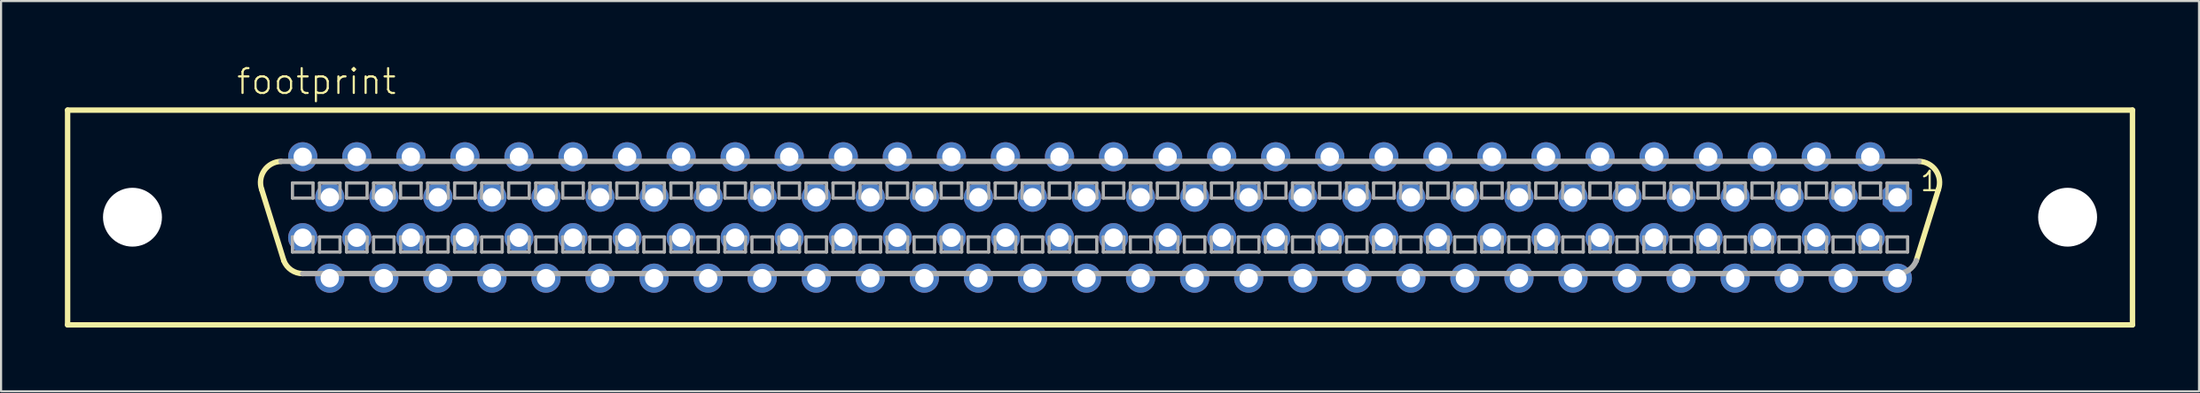
<source format=kicad_pcb>
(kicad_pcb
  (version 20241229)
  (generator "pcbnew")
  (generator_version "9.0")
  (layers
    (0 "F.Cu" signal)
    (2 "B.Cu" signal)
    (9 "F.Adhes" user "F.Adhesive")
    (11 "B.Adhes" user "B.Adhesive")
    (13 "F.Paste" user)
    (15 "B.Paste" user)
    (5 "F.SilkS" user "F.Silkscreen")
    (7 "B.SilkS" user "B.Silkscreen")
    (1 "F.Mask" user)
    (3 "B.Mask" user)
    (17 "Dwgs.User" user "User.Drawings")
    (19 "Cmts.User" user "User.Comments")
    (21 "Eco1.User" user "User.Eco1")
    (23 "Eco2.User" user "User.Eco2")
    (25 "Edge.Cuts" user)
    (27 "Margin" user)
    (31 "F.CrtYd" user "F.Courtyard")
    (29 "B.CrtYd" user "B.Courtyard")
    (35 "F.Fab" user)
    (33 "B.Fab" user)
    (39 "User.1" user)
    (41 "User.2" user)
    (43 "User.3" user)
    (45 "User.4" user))
  (footprint "footprint"
    (layer "F.Cu")
    (at 48.641 7.188)
    (property "Reference" "footprint" (at -40.64 -5.715 0) (layer "F.SilkS") (effects (font (size 1.168 1.168) (thickness 0.102)) (justify left bottom)))
    (fp_line (start -48.514 -5.055) (end 48.514 -5.055) (stroke (width 0.254) (type solid)) (layer "F.SilkS"))
    (fp_line (start -48.514 5.055) (end -48.514 -5.055) (stroke (width 0.254) (type solid)) (layer "F.SilkS"))
    (fp_line (start -38.354 2.032) (end -39.395 -1.321) (stroke (width 0.254) (type solid)) (layer "F.SilkS"))
    (fp_line (start 38.354 2.032) (end 39.395 -1.321) (stroke (width 0.254) (type solid)) (layer "F.SilkS"))
    (fp_line (start 48.514 -5.055) (end 48.514 5.055) (stroke (width 0.254) (type solid)) (layer "F.SilkS"))
    (fp_line (start 48.514 5.055) (end -48.514 5.055) (stroke (width 0.254) (type solid)) (layer "F.SilkS"))
    (fp_arc (start -39.3954 -1.3208) (mid -39.273542 -2.213361) (end -38.480998 -2.641601) (stroke (width 0.254) (type solid)) (layer "F.SilkS"))
    (fp_arc (start -37.464999 2.641601) (mid -38.004028 2.474655) (end -38.354 2.032) (stroke (width 0.254) (type solid)) (layer "F.SilkS"))
    (fp_arc (start 38.481 -2.6416) (mid 39.273543 -2.21336) (end 39.395399 -1.320799) (stroke (width 0.254) (type solid)) (layer "F.SilkS"))
    (fp_line (start -37.948 -1.626) (end -37.948 -0.914) (stroke (width 0.152) (type solid)) (layer "F.Fab"))
    (fp_line (start -37.948 -0.914) (end -36.982 -0.914) (stroke (width 0.152) (type solid)) (layer "F.Fab"))
    (fp_line (start -37.948 0.914) (end -37.948 1.626) (stroke (width 0.152) (type solid)) (layer "F.Fab"))
    (fp_line (start -37.948 1.626) (end -36.982 1.626) (stroke (width 0.152) (type solid)) (layer "F.Fab"))
    (fp_line (start -36.982 -1.626) (end -37.948 -1.626) (stroke (width 0.152) (type solid)) (layer "F.Fab"))
    (fp_line (start -36.982 -0.914) (end -36.982 -1.626) (stroke (width 0.152) (type solid)) (layer "F.Fab"))
    (fp_line (start -36.982 0.914) (end -37.948 0.914) (stroke (width 0.152) (type solid)) (layer "F.Fab"))
    (fp_line (start -36.982 1.626) (end -36.982 0.914) (stroke (width 0.152) (type solid)) (layer "F.Fab"))
    (fp_line (start -36.678 -1.626) (end -36.678 -0.914) (stroke (width 0.152) (type solid)) (layer "F.Fab"))
    (fp_line (start -36.678 -0.914) (end -35.712 -0.914) (stroke (width 0.152) (type solid)) (layer "F.Fab"))
    (fp_line (start -36.678 0.914) (end -36.678 1.626) (stroke (width 0.152) (type solid)) (layer "F.Fab"))
    (fp_line (start -36.678 1.626) (end -35.712 1.626) (stroke (width 0.152) (type solid)) (layer "F.Fab"))
    (fp_line (start -35.712 -1.626) (end -36.678 -1.626) (stroke (width 0.152) (type solid)) (layer "F.Fab"))
    (fp_line (start -35.712 -0.914) (end -35.712 -1.626) (stroke (width 0.152) (type solid)) (layer "F.Fab"))
    (fp_line (start -35.712 0.914) (end -36.678 0.914) (stroke (width 0.152) (type solid)) (layer "F.Fab"))
    (fp_line (start -35.712 1.626) (end -35.712 0.914) (stroke (width 0.152) (type solid)) (layer "F.Fab"))
    (fp_line (start -35.408 -1.626) (end -35.408 -0.914) (stroke (width 0.152) (type solid)) (layer "F.Fab"))
    (fp_line (start -35.408 -0.914) (end -34.442 -0.914) (stroke (width 0.152) (type solid)) (layer "F.Fab"))
    (fp_line (start -35.408 0.914) (end -35.408 1.626) (stroke (width 0.152) (type solid)) (layer "F.Fab"))
    (fp_line (start -35.408 1.626) (end -34.442 1.626) (stroke (width 0.152) (type solid)) (layer "F.Fab"))
    (fp_line (start -34.442 -1.626) (end -35.408 -1.626) (stroke (width 0.152) (type solid)) (layer "F.Fab"))
    (fp_line (start -34.442 -0.914) (end -34.442 -1.626) (stroke (width 0.152) (type solid)) (layer "F.Fab"))
    (fp_line (start -34.442 0.914) (end -35.408 0.914) (stroke (width 0.152) (type solid)) (layer "F.Fab"))
    (fp_line (start -34.442 1.626) (end -34.442 0.914) (stroke (width 0.152) (type solid)) (layer "F.Fab"))
    (fp_line (start -34.138 -1.626) (end -34.138 -0.914) (stroke (width 0.152) (type solid)) (layer "F.Fab"))
    (fp_line (start -34.138 -0.914) (end -33.172 -0.914) (stroke (width 0.152) (type solid)) (layer "F.Fab"))
    (fp_line (start -34.138 0.914) (end -34.138 1.626) (stroke (width 0.152) (type solid)) (layer "F.Fab"))
    (fp_line (start -34.138 1.626) (end -33.172 1.626) (stroke (width 0.152) (type solid)) (layer "F.Fab"))
    (fp_line (start -33.172 -1.626) (end -34.138 -1.626) (stroke (width 0.152) (type solid)) (layer "F.Fab"))
    (fp_line (start -33.172 -0.914) (end -33.172 -1.626) (stroke (width 0.152) (type solid)) (layer "F.Fab"))
    (fp_line (start -33.172 0.914) (end -34.138 0.914) (stroke (width 0.152) (type solid)) (layer "F.Fab"))
    (fp_line (start -33.172 1.626) (end -33.172 0.914) (stroke (width 0.152) (type solid)) (layer "F.Fab"))
    (fp_line (start -32.868 -1.626) (end -32.868 -0.914) (stroke (width 0.152) (type solid)) (layer "F.Fab"))
    (fp_line (start -32.868 -0.914) (end -31.902 -0.914) (stroke (width 0.152) (type solid)) (layer "F.Fab"))
    (fp_line (start -32.868 0.914) (end -32.868 1.626) (stroke (width 0.152) (type solid)) (layer "F.Fab"))
    (fp_line (start -32.868 1.626) (end -31.902 1.626) (stroke (width 0.152) (type solid)) (layer "F.Fab"))
    (fp_line (start -31.902 -1.626) (end -32.868 -1.626) (stroke (width 0.152) (type solid)) (layer "F.Fab"))
    (fp_line (start -31.902 -0.914) (end -31.902 -1.626) (stroke (width 0.152) (type solid)) (layer "F.Fab"))
    (fp_line (start -31.902 0.914) (end -32.868 0.914) (stroke (width 0.152) (type solid)) (layer "F.Fab"))
    (fp_line (start -31.902 1.626) (end -31.902 0.914) (stroke (width 0.152) (type solid)) (layer "F.Fab"))
    (fp_line (start -31.598 -1.626) (end -31.598 -0.914) (stroke (width 0.152) (type solid)) (layer "F.Fab"))
    (fp_line (start -31.598 -0.914) (end -30.632 -0.914) (stroke (width 0.152) (type solid)) (layer "F.Fab"))
    (fp_line (start -31.598 0.914) (end -31.598 1.626) (stroke (width 0.152) (type solid)) (layer "F.Fab"))
    (fp_line (start -31.598 1.626) (end -30.632 1.626) (stroke (width 0.152) (type solid)) (layer "F.Fab"))
    (fp_line (start -30.632 -1.626) (end -31.598 -1.626) (stroke (width 0.152) (type solid)) (layer "F.Fab"))
    (fp_line (start -30.632 -0.914) (end -30.632 -1.626) (stroke (width 0.152) (type solid)) (layer "F.Fab"))
    (fp_line (start -30.632 0.914) (end -31.598 0.914) (stroke (width 0.152) (type solid)) (layer "F.Fab"))
    (fp_line (start -30.632 1.626) (end -30.632 0.914) (stroke (width 0.152) (type solid)) (layer "F.Fab"))
    (fp_line (start -30.328 -1.626) (end -30.328 -0.914) (stroke (width 0.152) (type solid)) (layer "F.Fab"))
    (fp_line (start -30.328 -0.914) (end -29.362 -0.914) (stroke (width 0.152) (type solid)) (layer "F.Fab"))
    (fp_line (start -30.328 0.914) (end -30.328 1.626) (stroke (width 0.152) (type solid)) (layer "F.Fab"))
    (fp_line (start -30.328 1.626) (end -29.362 1.626) (stroke (width 0.152) (type solid)) (layer "F.Fab"))
    (fp_line (start -29.362 -1.626) (end -30.328 -1.626) (stroke (width 0.152) (type solid)) (layer "F.Fab"))
    (fp_line (start -29.362 -0.914) (end -29.362 -1.626) (stroke (width 0.152) (type solid)) (layer "F.Fab"))
    (fp_line (start -29.362 0.914) (end -30.328 0.914) (stroke (width 0.152) (type solid)) (layer "F.Fab"))
    (fp_line (start -29.362 1.626) (end -29.362 0.914) (stroke (width 0.152) (type solid)) (layer "F.Fab"))
    (fp_line (start -29.058 -1.626) (end -29.058 -0.914) (stroke (width 0.152) (type solid)) (layer "F.Fab"))
    (fp_line (start -29.058 -0.914) (end -28.092 -0.914) (stroke (width 0.152) (type solid)) (layer "F.Fab"))
    (fp_line (start -29.058 0.914) (end -29.058 1.626) (stroke (width 0.152) (type solid)) (layer "F.Fab"))
    (fp_line (start -29.058 1.626) (end -28.092 1.626) (stroke (width 0.152) (type solid)) (layer "F.Fab"))
    (fp_line (start -28.092 -1.626) (end -29.058 -1.626) (stroke (width 0.152) (type solid)) (layer "F.Fab"))
    (fp_line (start -28.092 -0.914) (end -28.092 -1.626) (stroke (width 0.152) (type solid)) (layer "F.Fab"))
    (fp_line (start -28.092 0.914) (end -29.058 0.914) (stroke (width 0.152) (type solid)) (layer "F.Fab"))
    (fp_line (start -28.092 1.626) (end -28.092 0.914) (stroke (width 0.152) (type solid)) (layer "F.Fab"))
    (fp_line (start -27.788 -1.626) (end -27.788 -0.914) (stroke (width 0.152) (type solid)) (layer "F.Fab"))
    (fp_line (start -27.788 -0.914) (end -26.822 -0.914) (stroke (width 0.152) (type solid)) (layer "F.Fab"))
    (fp_line (start -27.788 0.914) (end -27.788 1.626) (stroke (width 0.152) (type solid)) (layer "F.Fab"))
    (fp_line (start -27.788 1.626) (end -26.822 1.626) (stroke (width 0.152) (type solid)) (layer "F.Fab"))
    (fp_line (start -26.822 -1.626) (end -27.788 -1.626) (stroke (width 0.152) (type solid)) (layer "F.Fab"))
    (fp_line (start -26.822 -0.914) (end -26.822 -1.626) (stroke (width 0.152) (type solid)) (layer "F.Fab"))
    (fp_line (start -26.822 0.914) (end -27.788 0.914) (stroke (width 0.152) (type solid)) (layer "F.Fab"))
    (fp_line (start -26.822 1.626) (end -26.822 0.914) (stroke (width 0.152) (type solid)) (layer "F.Fab"))
    (fp_line (start -26.518 -1.626) (end -26.518 -0.914) (stroke (width 0.152) (type solid)) (layer "F.Fab"))
    (fp_line (start -26.518 -0.914) (end -25.552 -0.914) (stroke (width 0.152) (type solid)) (layer "F.Fab"))
    (fp_line (start -26.518 0.914) (end -26.518 1.626) (stroke (width 0.152) (type solid)) (layer "F.Fab"))
    (fp_line (start -26.518 1.626) (end -25.552 1.626) (stroke (width 0.152) (type solid)) (layer "F.Fab"))
    (fp_line (start -25.552 -1.626) (end -26.518 -1.626) (stroke (width 0.152) (type solid)) (layer "F.Fab"))
    (fp_line (start -25.552 -0.914) (end -25.552 -1.626) (stroke (width 0.152) (type solid)) (layer "F.Fab"))
    (fp_line (start -25.552 0.914) (end -26.518 0.914) (stroke (width 0.152) (type solid)) (layer "F.Fab"))
    (fp_line (start -25.552 1.626) (end -25.552 0.914) (stroke (width 0.152) (type solid)) (layer "F.Fab"))
    (fp_line (start -25.248 -1.626) (end -25.248 -0.914) (stroke (width 0.152) (type solid)) (layer "F.Fab"))
    (fp_line (start -25.248 -0.914) (end -24.282 -0.914) (stroke (width 0.152) (type solid)) (layer "F.Fab"))
    (fp_line (start -25.248 0.914) (end -25.248 1.626) (stroke (width 0.152) (type solid)) (layer "F.Fab"))
    (fp_line (start -25.248 1.626) (end -24.282 1.626) (stroke (width 0.152) (type solid)) (layer "F.Fab"))
    (fp_line (start -24.282 -1.626) (end -25.248 -1.626) (stroke (width 0.152) (type solid)) (layer "F.Fab"))
    (fp_line (start -24.282 -0.914) (end -24.282 -1.626) (stroke (width 0.152) (type solid)) (layer "F.Fab"))
    (fp_line (start -24.282 0.914) (end -25.248 0.914) (stroke (width 0.152) (type solid)) (layer "F.Fab"))
    (fp_line (start -24.282 1.626) (end -24.282 0.914) (stroke (width 0.152) (type solid)) (layer "F.Fab"))
    (fp_line (start -23.978 -1.626) (end -23.978 -0.914) (stroke (width 0.152) (type solid)) (layer "F.Fab"))
    (fp_line (start -23.978 -0.914) (end -23.012 -0.914) (stroke (width 0.152) (type solid)) (layer "F.Fab"))
    (fp_line (start -23.978 0.914) (end -23.978 1.626) (stroke (width 0.152) (type solid)) (layer "F.Fab"))
    (fp_line (start -23.978 1.626) (end -23.012 1.626) (stroke (width 0.152) (type solid)) (layer "F.Fab"))
    (fp_line (start -23.012 -1.626) (end -23.978 -1.626) (stroke (width 0.152) (type solid)) (layer "F.Fab"))
    (fp_line (start -23.012 -0.914) (end -23.012 -1.626) (stroke (width 0.152) (type solid)) (layer "F.Fab"))
    (fp_line (start -23.012 0.914) (end -23.978 0.914) (stroke (width 0.152) (type solid)) (layer "F.Fab"))
    (fp_line (start -23.012 1.626) (end -23.012 0.914) (stroke (width 0.152) (type solid)) (layer "F.Fab"))
    (fp_line (start -22.708 -1.626) (end -22.708 -0.914) (stroke (width 0.152) (type solid)) (layer "F.Fab"))
    (fp_line (start -22.708 -0.914) (end -21.742 -0.914) (stroke (width 0.152) (type solid)) (layer "F.Fab"))
    (fp_line (start -22.708 0.914) (end -22.708 1.626) (stroke (width 0.152) (type solid)) (layer "F.Fab"))
    (fp_line (start -22.708 1.626) (end -21.742 1.626) (stroke (width 0.152) (type solid)) (layer "F.Fab"))
    (fp_line (start -21.742 -1.626) (end -22.708 -1.626) (stroke (width 0.152) (type solid)) (layer "F.Fab"))
    (fp_line (start -21.742 -0.914) (end -21.742 -1.626) (stroke (width 0.152) (type solid)) (layer "F.Fab"))
    (fp_line (start -21.742 0.914) (end -22.708 0.914) (stroke (width 0.152) (type solid)) (layer "F.Fab"))
    (fp_line (start -21.742 1.626) (end -21.742 0.914) (stroke (width 0.152) (type solid)) (layer "F.Fab"))
    (fp_line (start -21.438 -1.626) (end -21.438 -0.914) (stroke (width 0.152) (type solid)) (layer "F.Fab"))
    (fp_line (start -21.438 -0.914) (end -20.472 -0.914) (stroke (width 0.152) (type solid)) (layer "F.Fab"))
    (fp_line (start -21.438 0.914) (end -21.438 1.626) (stroke (width 0.152) (type solid)) (layer "F.Fab"))
    (fp_line (start -21.438 1.626) (end -20.472 1.626) (stroke (width 0.152) (type solid)) (layer "F.Fab"))
    (fp_line (start -20.472 -1.626) (end -21.438 -1.626) (stroke (width 0.152) (type solid)) (layer "F.Fab"))
    (fp_line (start -20.472 -0.914) (end -20.472 -1.626) (stroke (width 0.152) (type solid)) (layer "F.Fab"))
    (fp_line (start -20.472 0.914) (end -21.438 0.914) (stroke (width 0.152) (type solid)) (layer "F.Fab"))
    (fp_line (start -20.472 1.626) (end -20.472 0.914) (stroke (width 0.152) (type solid)) (layer "F.Fab"))
    (fp_line (start -20.168 -1.626) (end -20.168 -0.914) (stroke (width 0.152) (type solid)) (layer "F.Fab"))
    (fp_line (start -20.168 -0.914) (end -19.202 -0.914) (stroke (width 0.152) (type solid)) (layer "F.Fab"))
    (fp_line (start -20.168 0.914) (end -20.168 1.626) (stroke (width 0.152) (type solid)) (layer "F.Fab"))
    (fp_line (start -20.168 1.626) (end -19.202 1.626) (stroke (width 0.152) (type solid)) (layer "F.Fab"))
    (fp_line (start -19.202 -1.626) (end -20.168 -1.626) (stroke (width 0.152) (type solid)) (layer "F.Fab"))
    (fp_line (start -19.202 -0.914) (end -19.202 -1.626) (stroke (width 0.152) (type solid)) (layer "F.Fab"))
    (fp_line (start -19.202 0.914) (end -20.168 0.914) (stroke (width 0.152) (type solid)) (layer "F.Fab"))
    (fp_line (start -19.202 1.626) (end -19.202 0.914) (stroke (width 0.152) (type solid)) (layer "F.Fab"))
    (fp_line (start -18.898 -1.626) (end -18.898 -0.914) (stroke (width 0.152) (type solid)) (layer "F.Fab"))
    (fp_line (start -18.898 -0.914) (end -17.932 -0.914) (stroke (width 0.152) (type solid)) (layer "F.Fab"))
    (fp_line (start -18.898 0.914) (end -18.898 1.626) (stroke (width 0.152) (type solid)) (layer "F.Fab"))
    (fp_line (start -18.898 1.626) (end -17.932 1.626) (stroke (width 0.152) (type solid)) (layer "F.Fab"))
    (fp_line (start -17.932 -1.626) (end -18.898 -1.626) (stroke (width 0.152) (type solid)) (layer "F.Fab"))
    (fp_line (start -17.932 -0.914) (end -17.932 -1.626) (stroke (width 0.152) (type solid)) (layer "F.Fab"))
    (fp_line (start -17.932 0.914) (end -18.898 0.914) (stroke (width 0.152) (type solid)) (layer "F.Fab"))
    (fp_line (start -17.932 1.626) (end -17.932 0.914) (stroke (width 0.152) (type solid)) (layer "F.Fab"))
    (fp_line (start -17.628 -1.626) (end -17.628 -0.914) (stroke (width 0.152) (type solid)) (layer "F.Fab"))
    (fp_line (start -17.628 -0.914) (end -16.662 -0.914) (stroke (width 0.152) (type solid)) (layer "F.Fab"))
    (fp_line (start -17.628 0.914) (end -17.628 1.626) (stroke (width 0.152) (type solid)) (layer "F.Fab"))
    (fp_line (start -17.628 1.626) (end -16.662 1.626) (stroke (width 0.152) (type solid)) (layer "F.Fab"))
    (fp_line (start -16.662 -1.626) (end -17.628 -1.626) (stroke (width 0.152) (type solid)) (layer "F.Fab"))
    (fp_line (start -16.662 -0.914) (end -16.662 -1.626) (stroke (width 0.152) (type solid)) (layer "F.Fab"))
    (fp_line (start -16.662 0.914) (end -17.628 0.914) (stroke (width 0.152) (type solid)) (layer "F.Fab"))
    (fp_line (start -16.662 1.626) (end -16.662 0.914) (stroke (width 0.152) (type solid)) (layer "F.Fab"))
    (fp_line (start -16.358 -1.626) (end -16.358 -0.914) (stroke (width 0.152) (type solid)) (layer "F.Fab"))
    (fp_line (start -16.358 -0.914) (end -15.392 -0.914) (stroke (width 0.152) (type solid)) (layer "F.Fab"))
    (fp_line (start -16.358 0.914) (end -16.358 1.626) (stroke (width 0.152) (type solid)) (layer "F.Fab"))
    (fp_line (start -16.358 1.626) (end -15.392 1.626) (stroke (width 0.152) (type solid)) (layer "F.Fab"))
    (fp_line (start -15.392 -1.626) (end -16.358 -1.626) (stroke (width 0.152) (type solid)) (layer "F.Fab"))
    (fp_line (start -15.392 -0.914) (end -15.392 -1.626) (stroke (width 0.152) (type solid)) (layer "F.Fab"))
    (fp_line (start -15.392 0.914) (end -16.358 0.914) (stroke (width 0.152) (type solid)) (layer "F.Fab"))
    (fp_line (start -15.392 1.626) (end -15.392 0.914) (stroke (width 0.152) (type solid)) (layer "F.Fab"))
    (fp_line (start -15.088 -1.626) (end -15.088 -0.914) (stroke (width 0.152) (type solid)) (layer "F.Fab"))
    (fp_line (start -15.088 -0.914) (end -14.122 -0.914) (stroke (width 0.152) (type solid)) (layer "F.Fab"))
    (fp_line (start -15.088 0.914) (end -15.088 1.626) (stroke (width 0.152) (type solid)) (layer "F.Fab"))
    (fp_line (start -15.088 1.626) (end -14.122 1.626) (stroke (width 0.152) (type solid)) (layer "F.Fab"))
    (fp_line (start -14.122 -1.626) (end -15.088 -1.626) (stroke (width 0.152) (type solid)) (layer "F.Fab"))
    (fp_line (start -14.122 -0.914) (end -14.122 -1.626) (stroke (width 0.152) (type solid)) (layer "F.Fab"))
    (fp_line (start -14.122 0.914) (end -15.088 0.914) (stroke (width 0.152) (type solid)) (layer "F.Fab"))
    (fp_line (start -14.122 1.626) (end -14.122 0.914) (stroke (width 0.152) (type solid)) (layer "F.Fab"))
    (fp_line (start -13.818 -1.626) (end -13.818 -0.914) (stroke (width 0.152) (type solid)) (layer "F.Fab"))
    (fp_line (start -13.818 -0.914) (end -12.852 -0.914) (stroke (width 0.152) (type solid)) (layer "F.Fab"))
    (fp_line (start -13.818 0.914) (end -13.818 1.626) (stroke (width 0.152) (type solid)) (layer "F.Fab"))
    (fp_line (start -13.818 1.626) (end -12.852 1.626) (stroke (width 0.152) (type solid)) (layer "F.Fab"))
    (fp_line (start -12.852 -1.626) (end -13.818 -1.626) (stroke (width 0.152) (type solid)) (layer "F.Fab"))
    (fp_line (start -12.852 -0.914) (end -12.852 -1.626) (stroke (width 0.152) (type solid)) (layer "F.Fab"))
    (fp_line (start -12.852 0.914) (end -13.818 0.914) (stroke (width 0.152) (type solid)) (layer "F.Fab"))
    (fp_line (start -12.852 1.626) (end -12.852 0.914) (stroke (width 0.152) (type solid)) (layer "F.Fab"))
    (fp_line (start -12.548 -1.626) (end -12.548 -0.914) (stroke (width 0.152) (type solid)) (layer "F.Fab"))
    (fp_line (start -12.548 -0.914) (end -11.582 -0.914) (stroke (width 0.152) (type solid)) (layer "F.Fab"))
    (fp_line (start -12.548 0.914) (end -12.548 1.626) (stroke (width 0.152) (type solid)) (layer "F.Fab"))
    (fp_line (start -12.548 1.626) (end -11.582 1.626) (stroke (width 0.152) (type solid)) (layer "F.Fab"))
    (fp_line (start -11.582 -1.626) (end -12.548 -1.626) (stroke (width 0.152) (type solid)) (layer "F.Fab"))
    (fp_line (start -11.582 -0.914) (end -11.582 -1.626) (stroke (width 0.152) (type solid)) (layer "F.Fab"))
    (fp_line (start -11.582 0.914) (end -12.548 0.914) (stroke (width 0.152) (type solid)) (layer "F.Fab"))
    (fp_line (start -11.582 1.626) (end -11.582 0.914) (stroke (width 0.152) (type solid)) (layer "F.Fab"))
    (fp_line (start -11.278 -1.626) (end -11.278 -0.914) (stroke (width 0.152) (type solid)) (layer "F.Fab"))
    (fp_line (start -11.278 -0.914) (end -10.312 -0.914) (stroke (width 0.152) (type solid)) (layer "F.Fab"))
    (fp_line (start -11.278 0.914) (end -11.278 1.626) (stroke (width 0.152) (type solid)) (layer "F.Fab"))
    (fp_line (start -11.278 1.626) (end -10.312 1.626) (stroke (width 0.152) (type solid)) (layer "F.Fab"))
    (fp_line (start -10.312 -1.626) (end -11.278 -1.626) (stroke (width 0.152) (type solid)) (layer "F.Fab"))
    (fp_line (start -10.312 -0.914) (end -10.312 -1.626) (stroke (width 0.152) (type solid)) (layer "F.Fab"))
    (fp_line (start -10.312 0.914) (end -11.278 0.914) (stroke (width 0.152) (type solid)) (layer "F.Fab"))
    (fp_line (start -10.312 1.626) (end -10.312 0.914) (stroke (width 0.152) (type solid)) (layer "F.Fab"))
    (fp_line (start -10.008 -1.626) (end -10.008 -0.914) (stroke (width 0.152) (type solid)) (layer "F.Fab"))
    (fp_line (start -10.008 -0.914) (end -9.042 -0.914) (stroke (width 0.152) (type solid)) (layer "F.Fab"))
    (fp_line (start -10.008 0.914) (end -10.008 1.626) (stroke (width 0.152) (type solid)) (layer "F.Fab"))
    (fp_line (start -10.008 1.626) (end -9.042 1.626) (stroke (width 0.152) (type solid)) (layer "F.Fab"))
    (fp_line (start -9.042 -1.626) (end -10.008 -1.626) (stroke (width 0.152) (type solid)) (layer "F.Fab"))
    (fp_line (start -9.042 -0.914) (end -9.042 -1.626) (stroke (width 0.152) (type solid)) (layer "F.Fab"))
    (fp_line (start -9.042 0.914) (end -10.008 0.914) (stroke (width 0.152) (type solid)) (layer "F.Fab"))
    (fp_line (start -9.042 1.626) (end -9.042 0.914) (stroke (width 0.152) (type solid)) (layer "F.Fab"))
    (fp_line (start -8.738 -1.626) (end -8.738 -0.914) (stroke (width 0.152) (type solid)) (layer "F.Fab"))
    (fp_line (start -8.738 -0.914) (end -7.772 -0.914) (stroke (width 0.152) (type solid)) (layer "F.Fab"))
    (fp_line (start -8.738 0.914) (end -8.738 1.626) (stroke (width 0.152) (type solid)) (layer "F.Fab"))
    (fp_line (start -8.738 1.626) (end -7.772 1.626) (stroke (width 0.152) (type solid)) (layer "F.Fab"))
    (fp_line (start -7.772 -1.626) (end -8.738 -1.626) (stroke (width 0.152) (type solid)) (layer "F.Fab"))
    (fp_line (start -7.772 -0.914) (end -7.772 -1.626) (stroke (width 0.152) (type solid)) (layer "F.Fab"))
    (fp_line (start -7.772 0.914) (end -8.738 0.914) (stroke (width 0.152) (type solid)) (layer "F.Fab"))
    (fp_line (start -7.772 1.626) (end -7.772 0.914) (stroke (width 0.152) (type solid)) (layer "F.Fab"))
    (fp_line (start -7.468 -1.626) (end -7.468 -0.914) (stroke (width 0.152) (type solid)) (layer "F.Fab"))
    (fp_line (start -7.468 -0.914) (end -6.502 -0.914) (stroke (width 0.152) (type solid)) (layer "F.Fab"))
    (fp_line (start -7.468 0.914) (end -7.468 1.626) (stroke (width 0.152) (type solid)) (layer "F.Fab"))
    (fp_line (start -7.468 1.626) (end -6.502 1.626) (stroke (width 0.152) (type solid)) (layer "F.Fab"))
    (fp_line (start -6.502 -1.626) (end -7.468 -1.626) (stroke (width 0.152) (type solid)) (layer "F.Fab"))
    (fp_line (start -6.502 -0.914) (end -6.502 -1.626) (stroke (width 0.152) (type solid)) (layer "F.Fab"))
    (fp_line (start -6.502 0.914) (end -7.468 0.914) (stroke (width 0.152) (type solid)) (layer "F.Fab"))
    (fp_line (start -6.502 1.626) (end -6.502 0.914) (stroke (width 0.152) (type solid)) (layer "F.Fab"))
    (fp_line (start -6.198 -1.626) (end -6.198 -0.914) (stroke (width 0.152) (type solid)) (layer "F.Fab"))
    (fp_line (start -6.198 -0.914) (end -5.232 -0.914) (stroke (width 0.152) (type solid)) (layer "F.Fab"))
    (fp_line (start -6.198 0.914) (end -6.198 1.626) (stroke (width 0.152) (type solid)) (layer "F.Fab"))
    (fp_line (start -6.198 1.626) (end -5.232 1.626) (stroke (width 0.152) (type solid)) (layer "F.Fab"))
    (fp_line (start -5.232 -1.626) (end -6.198 -1.626) (stroke (width 0.152) (type solid)) (layer "F.Fab"))
    (fp_line (start -5.232 -0.914) (end -5.232 -1.626) (stroke (width 0.152) (type solid)) (layer "F.Fab"))
    (fp_line (start -5.232 0.914) (end -6.198 0.914) (stroke (width 0.152) (type solid)) (layer "F.Fab"))
    (fp_line (start -5.232 1.626) (end -5.232 0.914) (stroke (width 0.152) (type solid)) (layer "F.Fab"))
    (fp_line (start -4.928 -1.626) (end -4.928 -0.914) (stroke (width 0.152) (type solid)) (layer "F.Fab"))
    (fp_line (start -4.928 -0.914) (end -3.962 -0.914) (stroke (width 0.152) (type solid)) (layer "F.Fab"))
    (fp_line (start -4.928 0.914) (end -4.928 1.626) (stroke (width 0.152) (type solid)) (layer "F.Fab"))
    (fp_line (start -4.928 1.626) (end -3.962 1.626) (stroke (width 0.152) (type solid)) (layer "F.Fab"))
    (fp_line (start -3.962 -1.626) (end -4.928 -1.626) (stroke (width 0.152) (type solid)) (layer "F.Fab"))
    (fp_line (start -3.962 -0.914) (end -3.962 -1.626) (stroke (width 0.152) (type solid)) (layer "F.Fab"))
    (fp_line (start -3.962 0.914) (end -4.928 0.914) (stroke (width 0.152) (type solid)) (layer "F.Fab"))
    (fp_line (start -3.962 1.626) (end -3.962 0.914) (stroke (width 0.152) (type solid)) (layer "F.Fab"))
    (fp_line (start -3.658 -1.626) (end -3.658 -0.914) (stroke (width 0.152) (type solid)) (layer "F.Fab"))
    (fp_line (start -3.658 -0.914) (end -2.692 -0.914) (stroke (width 0.152) (type solid)) (layer "F.Fab"))
    (fp_line (start -3.658 0.914) (end -3.658 1.626) (stroke (width 0.152) (type solid)) (layer "F.Fab"))
    (fp_line (start -3.658 1.626) (end -2.692 1.626) (stroke (width 0.152) (type solid)) (layer "F.Fab"))
    (fp_line (start -2.692 -1.626) (end -3.658 -1.626) (stroke (width 0.152) (type solid)) (layer "F.Fab"))
    (fp_line (start -2.692 -0.914) (end -2.692 -1.626) (stroke (width 0.152) (type solid)) (layer "F.Fab"))
    (fp_line (start -2.692 0.914) (end -3.658 0.914) (stroke (width 0.152) (type solid)) (layer "F.Fab"))
    (fp_line (start -2.692 1.626) (end -2.692 0.914) (stroke (width 0.152) (type solid)) (layer "F.Fab"))
    (fp_line (start -2.388 -1.626) (end -2.388 -0.914) (stroke (width 0.152) (type solid)) (layer "F.Fab"))
    (fp_line (start -2.388 -0.914) (end -1.422 -0.914) (stroke (width 0.152) (type solid)) (layer "F.Fab"))
    (fp_line (start -2.388 0.914) (end -2.388 1.626) (stroke (width 0.152) (type solid)) (layer "F.Fab"))
    (fp_line (start -2.388 1.626) (end -1.422 1.626) (stroke (width 0.152) (type solid)) (layer "F.Fab"))
    (fp_line (start -1.422 -1.626) (end -2.388 -1.626) (stroke (width 0.152) (type solid)) (layer "F.Fab"))
    (fp_line (start -1.422 -0.914) (end -1.422 -1.626) (stroke (width 0.152) (type solid)) (layer "F.Fab"))
    (fp_line (start -1.422 0.914) (end -2.388 0.914) (stroke (width 0.152) (type solid)) (layer "F.Fab"))
    (fp_line (start -1.422 1.626) (end -1.422 0.914) (stroke (width 0.152) (type solid)) (layer "F.Fab"))
    (fp_line (start -1.118 -1.626) (end -1.118 -0.914) (stroke (width 0.152) (type solid)) (layer "F.Fab"))
    (fp_line (start -1.118 -0.914) (end -0.152 -0.914) (stroke (width 0.152) (type solid)) (layer "F.Fab"))
    (fp_line (start -1.118 0.914) (end -1.118 1.626) (stroke (width 0.152) (type solid)) (layer "F.Fab"))
    (fp_line (start -1.118 1.626) (end -0.152 1.626) (stroke (width 0.152) (type solid)) (layer "F.Fab"))
    (fp_line (start -0.152 -1.626) (end -1.118 -1.626) (stroke (width 0.152) (type solid)) (layer "F.Fab"))
    (fp_line (start -0.152 -0.914) (end -0.152 -1.626) (stroke (width 0.152) (type solid)) (layer "F.Fab"))
    (fp_line (start -0.152 0.914) (end -1.118 0.914) (stroke (width 0.152) (type solid)) (layer "F.Fab"))
    (fp_line (start -0.152 1.626) (end -0.152 0.914) (stroke (width 0.152) (type solid)) (layer "F.Fab"))
    (fp_line (start 0.152 -1.626) (end 0.152 -0.914) (stroke (width 0.152) (type solid)) (layer "F.Fab"))
    (fp_line (start 0.152 -0.914) (end 1.118 -0.914) (stroke (width 0.152) (type solid)) (layer "F.Fab"))
    (fp_line (start 0.152 0.914) (end 0.152 1.626) (stroke (width 0.152) (type solid)) (layer "F.Fab"))
    (fp_line (start 0.152 1.626) (end 1.118 1.626) (stroke (width 0.152) (type solid)) (layer "F.Fab"))
    (fp_line (start 1.118 -1.626) (end 0.152 -1.626) (stroke (width 0.152) (type solid)) (layer "F.Fab"))
    (fp_line (start 1.118 -0.914) (end 1.118 -1.626) (stroke (width 0.152) (type solid)) (layer "F.Fab"))
    (fp_line (start 1.118 0.914) (end 0.152 0.914) (stroke (width 0.152) (type solid)) (layer "F.Fab"))
    (fp_line (start 1.118 1.626) (end 1.118 0.914) (stroke (width 0.152) (type solid)) (layer "F.Fab"))
    (fp_line (start 1.422 -1.626) (end 1.422 -0.914) (stroke (width 0.152) (type solid)) (layer "F.Fab"))
    (fp_line (start 1.422 -0.914) (end 2.388 -0.914) (stroke (width 0.152) (type solid)) (layer "F.Fab"))
    (fp_line (start 1.422 0.914) (end 1.422 1.626) (stroke (width 0.152) (type solid)) (layer "F.Fab"))
    (fp_line (start 1.422 1.626) (end 2.388 1.626) (stroke (width 0.152) (type solid)) (layer "F.Fab"))
    (fp_line (start 2.388 -1.626) (end 1.422 -1.626) (stroke (width 0.152) (type solid)) (layer "F.Fab"))
    (fp_line (start 2.388 -0.914) (end 2.388 -1.626) (stroke (width 0.152) (type solid)) (layer "F.Fab"))
    (fp_line (start 2.388 0.914) (end 1.422 0.914) (stroke (width 0.152) (type solid)) (layer "F.Fab"))
    (fp_line (start 2.388 1.626) (end 2.388 0.914) (stroke (width 0.152) (type solid)) (layer "F.Fab"))
    (fp_line (start 2.692 -1.626) (end 2.692 -0.914) (stroke (width 0.152) (type solid)) (layer "F.Fab"))
    (fp_line (start 2.692 -0.914) (end 3.658 -0.914) (stroke (width 0.152) (type solid)) (layer "F.Fab"))
    (fp_line (start 2.692 0.914) (end 2.692 1.626) (stroke (width 0.152) (type solid)) (layer "F.Fab"))
    (fp_line (start 2.692 1.626) (end 3.658 1.626) (stroke (width 0.152) (type solid)) (layer "F.Fab"))
    (fp_line (start 3.658 -1.626) (end 2.692 -1.626) (stroke (width 0.152) (type solid)) (layer "F.Fab"))
    (fp_line (start 3.658 -0.914) (end 3.658 -1.626) (stroke (width 0.152) (type solid)) (layer "F.Fab"))
    (fp_line (start 3.658 0.914) (end 2.692 0.914) (stroke (width 0.152) (type solid)) (layer "F.Fab"))
    (fp_line (start 3.658 1.626) (end 3.658 0.914) (stroke (width 0.152) (type solid)) (layer "F.Fab"))
    (fp_line (start 3.962 -1.626) (end 3.962 -0.914) (stroke (width 0.152) (type solid)) (layer "F.Fab"))
    (fp_line (start 3.962 -0.914) (end 4.928 -0.914) (stroke (width 0.152) (type solid)) (layer "F.Fab"))
    (fp_line (start 3.962 0.914) (end 3.962 1.626) (stroke (width 0.152) (type solid)) (layer "F.Fab"))
    (fp_line (start 3.962 1.626) (end 4.928 1.626) (stroke (width 0.152) (type solid)) (layer "F.Fab"))
    (fp_line (start 4.928 -1.626) (end 3.962 -1.626) (stroke (width 0.152) (type solid)) (layer "F.Fab"))
    (fp_line (start 4.928 -0.914) (end 4.928 -1.626) (stroke (width 0.152) (type solid)) (layer "F.Fab"))
    (fp_line (start 4.928 0.914) (end 3.962 0.914) (stroke (width 0.152) (type solid)) (layer "F.Fab"))
    (fp_line (start 4.928 1.626) (end 4.928 0.914) (stroke (width 0.152) (type solid)) (layer "F.Fab"))
    (fp_line (start 5.232 -1.626) (end 5.232 -0.914) (stroke (width 0.152) (type solid)) (layer "F.Fab"))
    (fp_line (start 5.232 -0.914) (end 6.198 -0.914) (stroke (width 0.152) (type solid)) (layer "F.Fab"))
    (fp_line (start 5.232 0.914) (end 5.232 1.626) (stroke (width 0.152) (type solid)) (layer "F.Fab"))
    (fp_line (start 5.232 1.626) (end 6.198 1.626) (stroke (width 0.152) (type solid)) (layer "F.Fab"))
    (fp_line (start 6.198 -1.626) (end 5.232 -1.626) (stroke (width 0.152) (type solid)) (layer "F.Fab"))
    (fp_line (start 6.198 -0.914) (end 6.198 -1.626) (stroke (width 0.152) (type solid)) (layer "F.Fab"))
    (fp_line (start 6.198 0.914) (end 5.232 0.914) (stroke (width 0.152) (type solid)) (layer "F.Fab"))
    (fp_line (start 6.198 1.626) (end 6.198 0.914) (stroke (width 0.152) (type solid)) (layer "F.Fab"))
    (fp_line (start 6.502 -1.626) (end 6.502 -0.914) (stroke (width 0.152) (type solid)) (layer "F.Fab"))
    (fp_line (start 6.502 -0.914) (end 7.468 -0.914) (stroke (width 0.152) (type solid)) (layer "F.Fab"))
    (fp_line (start 6.502 0.914) (end 6.502 1.626) (stroke (width 0.152) (type solid)) (layer "F.Fab"))
    (fp_line (start 6.502 1.626) (end 7.468 1.626) (stroke (width 0.152) (type solid)) (layer "F.Fab"))
    (fp_line (start 7.468 -1.626) (end 6.502 -1.626) (stroke (width 0.152) (type solid)) (layer "F.Fab"))
    (fp_line (start 7.468 -0.914) (end 7.468 -1.626) (stroke (width 0.152) (type solid)) (layer "F.Fab"))
    (fp_line (start 7.468 0.914) (end 6.502 0.914) (stroke (width 0.152) (type solid)) (layer "F.Fab"))
    (fp_line (start 7.468 1.626) (end 7.468 0.914) (stroke (width 0.152) (type solid)) (layer "F.Fab"))
    (fp_line (start 7.772 -1.626) (end 7.772 -0.914) (stroke (width 0.152) (type solid)) (layer "F.Fab"))
    (fp_line (start 7.772 -0.914) (end 8.738 -0.914) (stroke (width 0.152) (type solid)) (layer "F.Fab"))
    (fp_line (start 7.772 0.914) (end 7.772 1.626) (stroke (width 0.152) (type solid)) (layer "F.Fab"))
    (fp_line (start 7.772 1.626) (end 8.738 1.626) (stroke (width 0.152) (type solid)) (layer "F.Fab"))
    (fp_line (start 8.738 -1.626) (end 7.772 -1.626) (stroke (width 0.152) (type solid)) (layer "F.Fab"))
    (fp_line (start 8.738 -0.914) (end 8.738 -1.626) (stroke (width 0.152) (type solid)) (layer "F.Fab"))
    (fp_line (start 8.738 0.914) (end 7.772 0.914) (stroke (width 0.152) (type solid)) (layer "F.Fab"))
    (fp_line (start 8.738 1.626) (end 8.738 0.914) (stroke (width 0.152) (type solid)) (layer "F.Fab"))
    (fp_line (start 9.042 -1.626) (end 9.042 -0.914) (stroke (width 0.152) (type solid)) (layer "F.Fab"))
    (fp_line (start 9.042 -0.914) (end 10.008 -0.914) (stroke (width 0.152) (type solid)) (layer "F.Fab"))
    (fp_line (start 9.042 0.914) (end 9.042 1.626) (stroke (width 0.152) (type solid)) (layer "F.Fab"))
    (fp_line (start 9.042 1.626) (end 10.008 1.626) (stroke (width 0.152) (type solid)) (layer "F.Fab"))
    (fp_line (start 10.008 -1.626) (end 9.042 -1.626) (stroke (width 0.152) (type solid)) (layer "F.Fab"))
    (fp_line (start 10.008 -0.914) (end 10.008 -1.626) (stroke (width 0.152) (type solid)) (layer "F.Fab"))
    (fp_line (start 10.008 0.914) (end 9.042 0.914) (stroke (width 0.152) (type solid)) (layer "F.Fab"))
    (fp_line (start 10.008 1.626) (end 10.008 0.914) (stroke (width 0.152) (type solid)) (layer "F.Fab"))
    (fp_line (start 10.312 -1.626) (end 10.312 -0.914) (stroke (width 0.152) (type solid)) (layer "F.Fab"))
    (fp_line (start 10.312 -0.914) (end 11.278 -0.914) (stroke (width 0.152) (type solid)) (layer "F.Fab"))
    (fp_line (start 10.312 0.914) (end 10.312 1.626) (stroke (width 0.152) (type solid)) (layer "F.Fab"))
    (fp_line (start 10.312 1.626) (end 11.278 1.626) (stroke (width 0.152) (type solid)) (layer "F.Fab"))
    (fp_line (start 11.278 -1.626) (end 10.312 -1.626) (stroke (width 0.152) (type solid)) (layer "F.Fab"))
    (fp_line (start 11.278 -0.914) (end 11.278 -1.626) (stroke (width 0.152) (type solid)) (layer "F.Fab"))
    (fp_line (start 11.278 0.914) (end 10.312 0.914) (stroke (width 0.152) (type solid)) (layer "F.Fab"))
    (fp_line (start 11.278 1.626) (end 11.278 0.914) (stroke (width 0.152) (type solid)) (layer "F.Fab"))
    (fp_line (start 11.582 -1.626) (end 11.582 -0.914) (stroke (width 0.152) (type solid)) (layer "F.Fab"))
    (fp_line (start 11.582 -0.914) (end 12.548 -0.914) (stroke (width 0.152) (type solid)) (layer "F.Fab"))
    (fp_line (start 11.582 0.914) (end 11.582 1.626) (stroke (width 0.152) (type solid)) (layer "F.Fab"))
    (fp_line (start 11.582 1.626) (end 12.548 1.626) (stroke (width 0.152) (type solid)) (layer "F.Fab"))
    (fp_line (start 12.548 -1.626) (end 11.582 -1.626) (stroke (width 0.152) (type solid)) (layer "F.Fab"))
    (fp_line (start 12.548 -0.914) (end 12.548 -1.626) (stroke (width 0.152) (type solid)) (layer "F.Fab"))
    (fp_line (start 12.548 0.914) (end 11.582 0.914) (stroke (width 0.152) (type solid)) (layer "F.Fab"))
    (fp_line (start 12.548 1.626) (end 12.548 0.914) (stroke (width 0.152) (type solid)) (layer "F.Fab"))
    (fp_line (start 12.852 -1.626) (end 12.852 -0.914) (stroke (width 0.152) (type solid)) (layer "F.Fab"))
    (fp_line (start 12.852 -0.914) (end 13.818 -0.914) (stroke (width 0.152) (type solid)) (layer "F.Fab"))
    (fp_line (start 12.852 0.914) (end 12.852 1.626) (stroke (width 0.152) (type solid)) (layer "F.Fab"))
    (fp_line (start 12.852 1.626) (end 13.818 1.626) (stroke (width 0.152) (type solid)) (layer "F.Fab"))
    (fp_line (start 13.818 -1.626) (end 12.852 -1.626) (stroke (width 0.152) (type solid)) (layer "F.Fab"))
    (fp_line (start 13.818 -0.914) (end 13.818 -1.626) (stroke (width 0.152) (type solid)) (layer "F.Fab"))
    (fp_line (start 13.818 0.914) (end 12.852 0.914) (stroke (width 0.152) (type solid)) (layer "F.Fab"))
    (fp_line (start 13.818 1.626) (end 13.818 0.914) (stroke (width 0.152) (type solid)) (layer "F.Fab"))
    (fp_line (start 14.122 -1.626) (end 14.122 -0.914) (stroke (width 0.152) (type solid)) (layer "F.Fab"))
    (fp_line (start 14.122 -0.914) (end 15.088 -0.914) (stroke (width 0.152) (type solid)) (layer "F.Fab"))
    (fp_line (start 14.122 0.914) (end 14.122 1.626) (stroke (width 0.152) (type solid)) (layer "F.Fab"))
    (fp_line (start 14.122 1.626) (end 15.088 1.626) (stroke (width 0.152) (type solid)) (layer "F.Fab"))
    (fp_line (start 15.088 -1.626) (end 14.122 -1.626) (stroke (width 0.152) (type solid)) (layer "F.Fab"))
    (fp_line (start 15.088 -0.914) (end 15.088 -1.626) (stroke (width 0.152) (type solid)) (layer "F.Fab"))
    (fp_line (start 15.088 0.914) (end 14.122 0.914) (stroke (width 0.152) (type solid)) (layer "F.Fab"))
    (fp_line (start 15.088 1.626) (end 15.088 0.914) (stroke (width 0.152) (type solid)) (layer "F.Fab"))
    (fp_line (start 15.392 -1.626) (end 15.392 -0.914) (stroke (width 0.152) (type solid)) (layer "F.Fab"))
    (fp_line (start 15.392 -0.914) (end 16.358 -0.914) (stroke (width 0.152) (type solid)) (layer "F.Fab"))
    (fp_line (start 15.392 0.914) (end 15.392 1.626) (stroke (width 0.152) (type solid)) (layer "F.Fab"))
    (fp_line (start 15.392 1.626) (end 16.358 1.626) (stroke (width 0.152) (type solid)) (layer "F.Fab"))
    (fp_line (start 16.358 -1.626) (end 15.392 -1.626) (stroke (width 0.152) (type solid)) (layer "F.Fab"))
    (fp_line (start 16.358 -0.914) (end 16.358 -1.626) (stroke (width 0.152) (type solid)) (layer "F.Fab"))
    (fp_line (start 16.358 0.914) (end 15.392 0.914) (stroke (width 0.152) (type solid)) (layer "F.Fab"))
    (fp_line (start 16.358 1.626) (end 16.358 0.914) (stroke (width 0.152) (type solid)) (layer "F.Fab"))
    (fp_line (start 16.662 -1.626) (end 16.662 -0.914) (stroke (width 0.152) (type solid)) (layer "F.Fab"))
    (fp_line (start 16.662 -0.914) (end 17.628 -0.914) (stroke (width 0.152) (type solid)) (layer "F.Fab"))
    (fp_line (start 16.662 0.914) (end 16.662 1.626) (stroke (width 0.152) (type solid)) (layer "F.Fab"))
    (fp_line (start 16.662 1.626) (end 17.628 1.626) (stroke (width 0.152) (type solid)) (layer "F.Fab"))
    (fp_line (start 17.628 -1.626) (end 16.662 -1.626) (stroke (width 0.152) (type solid)) (layer "F.Fab"))
    (fp_line (start 17.628 -0.914) (end 17.628 -1.626) (stroke (width 0.152) (type solid)) (layer "F.Fab"))
    (fp_line (start 17.628 0.914) (end 16.662 0.914) (stroke (width 0.152) (type solid)) (layer "F.Fab"))
    (fp_line (start 17.628 1.626) (end 17.628 0.914) (stroke (width 0.152) (type solid)) (layer "F.Fab"))
    (fp_line (start 17.932 -1.626) (end 17.932 -0.914) (stroke (width 0.152) (type solid)) (layer "F.Fab"))
    (fp_line (start 17.932 -0.914) (end 18.898 -0.914) (stroke (width 0.152) (type solid)) (layer "F.Fab"))
    (fp_line (start 17.932 0.914) (end 17.932 1.626) (stroke (width 0.152) (type solid)) (layer "F.Fab"))
    (fp_line (start 17.932 1.626) (end 18.898 1.626) (stroke (width 0.152) (type solid)) (layer "F.Fab"))
    (fp_line (start 18.898 -1.626) (end 17.932 -1.626) (stroke (width 0.152) (type solid)) (layer "F.Fab"))
    (fp_line (start 18.898 -0.914) (end 18.898 -1.626) (stroke (width 0.152) (type solid)) (layer "F.Fab"))
    (fp_line (start 18.898 0.914) (end 17.932 0.914) (stroke (width 0.152) (type solid)) (layer "F.Fab"))
    (fp_line (start 18.898 1.626) (end 18.898 0.914) (stroke (width 0.152) (type solid)) (layer "F.Fab"))
    (fp_line (start 19.202 -1.626) (end 19.202 -0.914) (stroke (width 0.152) (type solid)) (layer "F.Fab"))
    (fp_line (start 19.202 -0.914) (end 20.168 -0.914) (stroke (width 0.152) (type solid)) (layer "F.Fab"))
    (fp_line (start 19.202 0.914) (end 19.202 1.626) (stroke (width 0.152) (type solid)) (layer "F.Fab"))
    (fp_line (start 19.202 1.626) (end 20.168 1.626) (stroke (width 0.152) (type solid)) (layer "F.Fab"))
    (fp_line (start 20.168 -1.626) (end 19.202 -1.626) (stroke (width 0.152) (type solid)) (layer "F.Fab"))
    (fp_line (start 20.168 -0.914) (end 20.168 -1.626) (stroke (width 0.152) (type solid)) (layer "F.Fab"))
    (fp_line (start 20.168 0.914) (end 19.202 0.914) (stroke (width 0.152) (type solid)) (layer "F.Fab"))
    (fp_line (start 20.168 1.626) (end 20.168 0.914) (stroke (width 0.152) (type solid)) (layer "F.Fab"))
    (fp_line (start 20.472 -1.626) (end 20.472 -0.914) (stroke (width 0.152) (type solid)) (layer "F.Fab"))
    (fp_line (start 20.472 -0.914) (end 21.438 -0.914) (stroke (width 0.152) (type solid)) (layer "F.Fab"))
    (fp_line (start 20.472 0.914) (end 20.472 1.626) (stroke (width 0.152) (type solid)) (layer "F.Fab"))
    (fp_line (start 20.472 1.626) (end 21.438 1.626) (stroke (width 0.152) (type solid)) (layer "F.Fab"))
    (fp_line (start 21.438 -1.626) (end 20.472 -1.626) (stroke (width 0.152) (type solid)) (layer "F.Fab"))
    (fp_line (start 21.438 -0.914) (end 21.438 -1.626) (stroke (width 0.152) (type solid)) (layer "F.Fab"))
    (fp_line (start 21.438 0.914) (end 20.472 0.914) (stroke (width 0.152) (type solid)) (layer "F.Fab"))
    (fp_line (start 21.438 1.626) (end 21.438 0.914) (stroke (width 0.152) (type solid)) (layer "F.Fab"))
    (fp_line (start 21.742 -1.626) (end 21.742 -0.914) (stroke (width 0.152) (type solid)) (layer "F.Fab"))
    (fp_line (start 21.742 -0.914) (end 22.708 -0.914) (stroke (width 0.152) (type solid)) (layer "F.Fab"))
    (fp_line (start 21.742 0.914) (end 21.742 1.626) (stroke (width 0.152) (type solid)) (layer "F.Fab"))
    (fp_line (start 21.742 1.626) (end 22.708 1.626) (stroke (width 0.152) (type solid)) (layer "F.Fab"))
    (fp_line (start 22.708 -1.626) (end 21.742 -1.626) (stroke (width 0.152) (type solid)) (layer "F.Fab"))
    (fp_line (start 22.708 -0.914) (end 22.708 -1.626) (stroke (width 0.152) (type solid)) (layer "F.Fab"))
    (fp_line (start 22.708 0.914) (end 21.742 0.914) (stroke (width 0.152) (type solid)) (layer "F.Fab"))
    (fp_line (start 22.708 1.626) (end 22.708 0.914) (stroke (width 0.152) (type solid)) (layer "F.Fab"))
    (fp_line (start 23.012 -1.626) (end 23.012 -0.914) (stroke (width 0.152) (type solid)) (layer "F.Fab"))
    (fp_line (start 23.012 -0.914) (end 23.978 -0.914) (stroke (width 0.152) (type solid)) (layer "F.Fab"))
    (fp_line (start 23.012 0.914) (end 23.012 1.626) (stroke (width 0.152) (type solid)) (layer "F.Fab"))
    (fp_line (start 23.012 1.626) (end 23.978 1.626) (stroke (width 0.152) (type solid)) (layer "F.Fab"))
    (fp_line (start 23.978 -1.626) (end 23.012 -1.626) (stroke (width 0.152) (type solid)) (layer "F.Fab"))
    (fp_line (start 23.978 -0.914) (end 23.978 -1.626) (stroke (width 0.152) (type solid)) (layer "F.Fab"))
    (fp_line (start 23.978 0.914) (end 23.012 0.914) (stroke (width 0.152) (type solid)) (layer "F.Fab"))
    (fp_line (start 23.978 1.626) (end 23.978 0.914) (stroke (width 0.152) (type solid)) (layer "F.Fab"))
    (fp_line (start 24.282 -1.626) (end 24.282 -0.914) (stroke (width 0.152) (type solid)) (layer "F.Fab"))
    (fp_line (start 24.282 -0.914) (end 25.248 -0.914) (stroke (width 0.152) (type solid)) (layer "F.Fab"))
    (fp_line (start 24.282 0.914) (end 24.282 1.626) (stroke (width 0.152) (type solid)) (layer "F.Fab"))
    (fp_line (start 24.282 1.626) (end 25.248 1.626) (stroke (width 0.152) (type solid)) (layer "F.Fab"))
    (fp_line (start 25.248 -1.626) (end 24.282 -1.626) (stroke (width 0.152) (type solid)) (layer "F.Fab"))
    (fp_line (start 25.248 -0.914) (end 25.248 -1.626) (stroke (width 0.152) (type solid)) (layer "F.Fab"))
    (fp_line (start 25.248 0.914) (end 24.282 0.914) (stroke (width 0.152) (type solid)) (layer "F.Fab"))
    (fp_line (start 25.248 1.626) (end 25.248 0.914) (stroke (width 0.152) (type solid)) (layer "F.Fab"))
    (fp_line (start 25.552 -1.626) (end 25.552 -0.914) (stroke (width 0.152) (type solid)) (layer "F.Fab"))
    (fp_line (start 25.552 -0.914) (end 26.518 -0.914) (stroke (width 0.152) (type solid)) (layer "F.Fab"))
    (fp_line (start 25.552 0.914) (end 25.552 1.626) (stroke (width 0.152) (type solid)) (layer "F.Fab"))
    (fp_line (start 25.552 1.626) (end 26.518 1.626) (stroke (width 0.152) (type solid)) (layer "F.Fab"))
    (fp_line (start 26.518 -1.626) (end 25.552 -1.626) (stroke (width 0.152) (type solid)) (layer "F.Fab"))
    (fp_line (start 26.518 -0.914) (end 26.518 -1.626) (stroke (width 0.152) (type solid)) (layer "F.Fab"))
    (fp_line (start 26.518 0.914) (end 25.552 0.914) (stroke (width 0.152) (type solid)) (layer "F.Fab"))
    (fp_line (start 26.518 1.626) (end 26.518 0.914) (stroke (width 0.152) (type solid)) (layer "F.Fab"))
    (fp_line (start 26.822 -1.626) (end 26.822 -0.914) (stroke (width 0.152) (type solid)) (layer "F.Fab"))
    (fp_line (start 26.822 -0.914) (end 27.788 -0.914) (stroke (width 0.152) (type solid)) (layer "F.Fab"))
    (fp_line (start 26.822 0.914) (end 26.822 1.626) (stroke (width 0.152) (type solid)) (layer "F.Fab"))
    (fp_line (start 26.822 1.626) (end 27.788 1.626) (stroke (width 0.152) (type solid)) (layer "F.Fab"))
    (fp_line (start 27.788 -1.626) (end 26.822 -1.626) (stroke (width 0.152) (type solid)) (layer "F.Fab"))
    (fp_line (start 27.788 -0.914) (end 27.788 -1.626) (stroke (width 0.152) (type solid)) (layer "F.Fab"))
    (fp_line (start 27.788 0.914) (end 26.822 0.914) (stroke (width 0.152) (type solid)) (layer "F.Fab"))
    (fp_line (start 27.788 1.626) (end 27.788 0.914) (stroke (width 0.152) (type solid)) (layer "F.Fab"))
    (fp_line (start 28.092 -1.626) (end 28.092 -0.914) (stroke (width 0.152) (type solid)) (layer "F.Fab"))
    (fp_line (start 28.092 -0.914) (end 29.058 -0.914) (stroke (width 0.152) (type solid)) (layer "F.Fab"))
    (fp_line (start 28.092 0.914) (end 28.092 1.626) (stroke (width 0.152) (type solid)) (layer "F.Fab"))
    (fp_line (start 28.092 1.626) (end 29.058 1.626) (stroke (width 0.152) (type solid)) (layer "F.Fab"))
    (fp_line (start 29.058 -1.626) (end 28.092 -1.626) (stroke (width 0.152) (type solid)) (layer "F.Fab"))
    (fp_line (start 29.058 -0.914) (end 29.058 -1.626) (stroke (width 0.152) (type solid)) (layer "F.Fab"))
    (fp_line (start 29.058 0.914) (end 28.092 0.914) (stroke (width 0.152) (type solid)) (layer "F.Fab"))
    (fp_line (start 29.058 1.626) (end 29.058 0.914) (stroke (width 0.152) (type solid)) (layer "F.Fab"))
    (fp_line (start 29.362 -1.626) (end 29.362 -0.914) (stroke (width 0.152) (type solid)) (layer "F.Fab"))
    (fp_line (start 29.362 -0.914) (end 30.328 -0.914) (stroke (width 0.152) (type solid)) (layer "F.Fab"))
    (fp_line (start 29.362 0.914) (end 29.362 1.626) (stroke (width 0.152) (type solid)) (layer "F.Fab"))
    (fp_line (start 29.362 1.626) (end 30.328 1.626) (stroke (width 0.152) (type solid)) (layer "F.Fab"))
    (fp_line (start 30.328 -1.626) (end 29.362 -1.626) (stroke (width 0.152) (type solid)) (layer "F.Fab"))
    (fp_line (start 30.328 -0.914) (end 30.328 -1.626) (stroke (width 0.152) (type solid)) (layer "F.Fab"))
    (fp_line (start 30.328 0.914) (end 29.362 0.914) (stroke (width 0.152) (type solid)) (layer "F.Fab"))
    (fp_line (start 30.328 1.626) (end 30.328 0.914) (stroke (width 0.152) (type solid)) (layer "F.Fab"))
    (fp_line (start 30.632 -1.626) (end 30.632 -0.914) (stroke (width 0.152) (type solid)) (layer "F.Fab"))
    (fp_line (start 30.632 -0.914) (end 31.598 -0.914) (stroke (width 0.152) (type solid)) (layer "F.Fab"))
    (fp_line (start 30.632 0.914) (end 30.632 1.626) (stroke (width 0.152) (type solid)) (layer "F.Fab"))
    (fp_line (start 30.632 1.626) (end 31.598 1.626) (stroke (width 0.152) (type solid)) (layer "F.Fab"))
    (fp_line (start 31.598 -1.626) (end 30.632 -1.626) (stroke (width 0.152) (type solid)) (layer "F.Fab"))
    (fp_line (start 31.598 -0.914) (end 31.598 -1.626) (stroke (width 0.152) (type solid)) (layer "F.Fab"))
    (fp_line (start 31.598 0.914) (end 30.632 0.914) (stroke (width 0.152) (type solid)) (layer "F.Fab"))
    (fp_line (start 31.598 1.626) (end 31.598 0.914) (stroke (width 0.152) (type solid)) (layer "F.Fab"))
    (fp_line (start 31.902 -1.626) (end 31.902 -0.914) (stroke (width 0.152) (type solid)) (layer "F.Fab"))
    (fp_line (start 31.902 -0.914) (end 32.868 -0.914) (stroke (width 0.152) (type solid)) (layer "F.Fab"))
    (fp_line (start 31.902 0.914) (end 31.902 1.626) (stroke (width 0.152) (type solid)) (layer "F.Fab"))
    (fp_line (start 31.902 1.626) (end 32.868 1.626) (stroke (width 0.152) (type solid)) (layer "F.Fab"))
    (fp_line (start 32.868 -1.626) (end 31.902 -1.626) (stroke (width 0.152) (type solid)) (layer "F.Fab"))
    (fp_line (start 32.868 -0.914) (end 32.868 -1.626) (stroke (width 0.152) (type solid)) (layer "F.Fab"))
    (fp_line (start 32.868 0.914) (end 31.902 0.914) (stroke (width 0.152) (type solid)) (layer "F.Fab"))
    (fp_line (start 32.868 1.626) (end 32.868 0.914) (stroke (width 0.152) (type solid)) (layer "F.Fab"))
    (fp_line (start 33.172 -1.626) (end 33.172 -0.914) (stroke (width 0.152) (type solid)) (layer "F.Fab"))
    (fp_line (start 33.172 -0.914) (end 34.138 -0.914) (stroke (width 0.152) (type solid)) (layer "F.Fab"))
    (fp_line (start 33.172 0.914) (end 33.172 1.626) (stroke (width 0.152) (type solid)) (layer "F.Fab"))
    (fp_line (start 33.172 1.626) (end 34.138 1.626) (stroke (width 0.152) (type solid)) (layer "F.Fab"))
    (fp_line (start 34.138 -1.626) (end 33.172 -1.626) (stroke (width 0.152) (type solid)) (layer "F.Fab"))
    (fp_line (start 34.138 -0.914) (end 34.138 -1.626) (stroke (width 0.152) (type solid)) (layer "F.Fab"))
    (fp_line (start 34.138 0.914) (end 33.172 0.914) (stroke (width 0.152) (type solid)) (layer "F.Fab"))
    (fp_line (start 34.138 1.626) (end 34.138 0.914) (stroke (width 0.152) (type solid)) (layer "F.Fab"))
    (fp_line (start 34.442 -1.626) (end 34.442 -0.914) (stroke (width 0.152) (type solid)) (layer "F.Fab"))
    (fp_line (start 34.442 -0.914) (end 35.408 -0.914) (stroke (width 0.152) (type solid)) (layer "F.Fab"))
    (fp_line (start 34.442 0.914) (end 34.442 1.626) (stroke (width 0.152) (type solid)) (layer "F.Fab"))
    (fp_line (start 34.442 1.626) (end 35.408 1.626) (stroke (width 0.152) (type solid)) (layer "F.Fab"))
    (fp_line (start 35.408 -1.626) (end 34.442 -1.626) (stroke (width 0.152) (type solid)) (layer "F.Fab"))
    (fp_line (start 35.408 -0.914) (end 35.408 -1.626) (stroke (width 0.152) (type solid)) (layer "F.Fab"))
    (fp_line (start 35.408 0.914) (end 34.442 0.914) (stroke (width 0.152) (type solid)) (layer "F.Fab"))
    (fp_line (start 35.408 1.626) (end 35.408 0.914) (stroke (width 0.152) (type solid)) (layer "F.Fab"))
    (fp_line (start 35.712 -1.626) (end 35.712 -0.914) (stroke (width 0.152) (type solid)) (layer "F.Fab"))
    (fp_line (start 35.712 -0.914) (end 36.678 -0.914) (stroke (width 0.152) (type solid)) (layer "F.Fab"))
    (fp_line (start 35.712 0.914) (end 35.712 1.626) (stroke (width 0.152) (type solid)) (layer "F.Fab"))
    (fp_line (start 35.712 1.626) (end 36.678 1.626) (stroke (width 0.152) (type solid)) (layer "F.Fab"))
    (fp_line (start 36.678 -1.626) (end 35.712 -1.626) (stroke (width 0.152) (type solid)) (layer "F.Fab"))
    (fp_line (start 36.678 -0.914) (end 36.678 -1.626) (stroke (width 0.152) (type solid)) (layer "F.Fab"))
    (fp_line (start 36.678 0.914) (end 35.712 0.914) (stroke (width 0.152) (type solid)) (layer "F.Fab"))
    (fp_line (start 36.678 1.626) (end 36.678 0.914) (stroke (width 0.152) (type solid)) (layer "F.Fab"))
    (fp_line (start 36.982 -1.626) (end 36.982 -0.914) (stroke (width 0.152) (type solid)) (layer "F.Fab"))
    (fp_line (start 36.982 -0.914) (end 37.948 -0.914) (stroke (width 0.152) (type solid)) (layer "F.Fab"))
    (fp_line (start 36.982 0.914) (end 36.982 1.626) (stroke (width 0.152) (type solid)) (layer "F.Fab"))
    (fp_line (start 36.982 1.626) (end 37.948 1.626) (stroke (width 0.152) (type solid)) (layer "F.Fab"))
    (fp_line (start 37.465 2.642) (end -37.465 2.642) (stroke (width 0.254) (type solid)) (layer "F.Fab"))
    (fp_line (start 37.948 -1.626) (end 36.982 -1.626) (stroke (width 0.152) (type solid)) (layer "F.Fab"))
    (fp_line (start 37.948 -0.914) (end 37.948 -1.626) (stroke (width 0.152) (type solid)) (layer "F.Fab"))
    (fp_line (start 37.948 0.914) (end 36.982 0.914) (stroke (width 0.152) (type solid)) (layer "F.Fab"))
    (fp_line (start 37.948 1.626) (end 37.948 0.914) (stroke (width 0.152) (type solid)) (layer "F.Fab"))
    (fp_line (start 38.481 -2.642) (end -38.481 -2.642) (stroke (width 0.254) (type solid)) (layer "F.Fab"))
    (fp_arc (start 38.353999 2.031999) (mid 38.004028 2.474653) (end 37.465 2.6416) (stroke (width 0.254) (type solid)) (layer "F.Fab"))
    (fp_text user "1" (at 38.481 -1.168 0) (layer "F.SilkS") (effects (font (size 0.914 0.914) (thickness 0.102)) (justify left bottom)))
    (pad "" np_thru_hole circle (at -45.466 -0.013) (size 2.769 2.769) (drill 2.769) (layers "*.Cu" "*.Mask"))
    (pad "" np_thru_hole circle (at 45.466 -0.013) (size 2.769 2.769) (drill 2.769) (layers "*.Cu" "*.Mask"))
    (pad "1" thru_hole roundrect (at 37.465 -0.953) (size 1.372 1.372) (drill 0.864) (layers "*.Cu" "*.Mask") (roundrect_rratio 0.25) (chamfer_ratio 0.25) (chamfer top_left top_right bottom_left bottom_right))
    (pad "2" thru_hole circle (at 36.195 -2.857) (size 1.372 1.372) (drill 0.864) (layers "*.Cu" "*.Mask"))
    (pad "3" thru_hole circle (at 34.925 -0.953) (size 1.372 1.372) (drill 0.864) (layers "*.Cu" "*.Mask"))
    (pad "4" thru_hole circle (at 33.655 -2.857) (size 1.372 1.372) (drill 0.864) (layers "*.Cu" "*.Mask"))
    (pad "5" thru_hole circle (at 32.385 -0.953) (size 1.372 1.372) (drill 0.864) (layers "*.Cu" "*.Mask"))
    (pad "6" thru_hole circle (at 31.115 -2.857) (size 1.372 1.372) (drill 0.864) (layers "*.Cu" "*.Mask"))
    (pad "7" thru_hole circle (at 29.845 -0.953) (size 1.372 1.372) (drill 0.864) (layers "*.Cu" "*.Mask"))
    (pad "8" thru_hole circle (at 28.575 -2.857) (size 1.372 1.372) (drill 0.864) (layers "*.Cu" "*.Mask"))
    (pad "9" thru_hole circle (at 27.305 -0.953) (size 1.372 1.372) (drill 0.864) (layers "*.Cu" "*.Mask"))
    (pad "10" thru_hole circle (at 26.035 -2.857) (size 1.372 1.372) (drill 0.864) (layers "*.Cu" "*.Mask"))
    (pad "11" thru_hole circle (at 24.765 -0.953) (size 1.372 1.372) (drill 0.864) (layers "*.Cu" "*.Mask"))
    (pad "12" thru_hole circle (at 23.495 -2.857) (size 1.372 1.372) (drill 0.864) (layers "*.Cu" "*.Mask"))
    (pad "13" thru_hole circle (at 22.225 -0.953) (size 1.372 1.372) (drill 0.864) (layers "*.Cu" "*.Mask"))
    (pad "14" thru_hole circle (at 20.955 -2.857) (size 1.372 1.372) (drill 0.864) (layers "*.Cu" "*.Mask"))
    (pad "15" thru_hole circle (at 19.685 -0.953) (size 1.372 1.372) (drill 0.864) (layers "*.Cu" "*.Mask"))
    (pad "16" thru_hole circle (at 18.415 -2.857) (size 1.372 1.372) (drill 0.864) (layers "*.Cu" "*.Mask"))
    (pad "17" thru_hole circle (at 17.145 -0.953) (size 1.372 1.372) (drill 0.864) (layers "*.Cu" "*.Mask"))
    (pad "18" thru_hole circle (at 15.875 -2.857) (size 1.372 1.372) (drill 0.864) (layers "*.Cu" "*.Mask"))
    (pad "19" thru_hole circle (at 14.605 -0.953) (size 1.372 1.372) (drill 0.864) (layers "*.Cu" "*.Mask"))
    (pad "20" thru_hole circle (at 13.335 -2.857) (size 1.372 1.372) (drill 0.864) (layers "*.Cu" "*.Mask"))
    (pad "21" thru_hole circle (at 12.065 -0.953) (size 1.372 1.372) (drill 0.864) (layers "*.Cu" "*.Mask"))
    (pad "22" thru_hole circle (at 10.795 -2.857) (size 1.372 1.372) (drill 0.864) (layers "*.Cu" "*.Mask"))
    (pad "23" thru_hole circle (at 9.525 -0.953) (size 1.372 1.372) (drill 0.864) (layers "*.Cu" "*.Mask"))
    (pad "24" thru_hole circle (at 8.255 -2.857) (size 1.372 1.372) (drill 0.864) (layers "*.Cu" "*.Mask"))
    (pad "25" thru_hole circle (at 6.985 -0.953) (size 1.372 1.372) (drill 0.864) (layers "*.Cu" "*.Mask"))
    (pad "26" thru_hole circle (at 5.715 -2.857) (size 1.372 1.372) (drill 0.864) (layers "*.Cu" "*.Mask"))
    (pad "27" thru_hole circle (at 4.445 -0.953) (size 1.372 1.372) (drill 0.864) (layers "*.Cu" "*.Mask"))
    (pad "28" thru_hole circle (at 3.175 -2.857) (size 1.372 1.372) (drill 0.864) (layers "*.Cu" "*.Mask"))
    (pad "29" thru_hole circle (at 1.905 -0.953) (size 1.372 1.372) (drill 0.864) (layers "*.Cu" "*.Mask"))
    (pad "30" thru_hole circle (at 0.635 -2.857) (size 1.372 1.372) (drill 0.864) (layers "*.Cu" "*.Mask"))
    (pad "31" thru_hole circle (at -0.635 -0.953) (size 1.372 1.372) (drill 0.864) (layers "*.Cu" "*.Mask"))
    (pad "32" thru_hole circle (at -1.905 -2.857) (size 1.372 1.372) (drill 0.864) (layers "*.Cu" "*.Mask"))
    (pad "33" thru_hole circle (at -3.175 -0.953) (size 1.372 1.372) (drill 0.864) (layers "*.Cu" "*.Mask"))
    (pad "34" thru_hole circle (at -4.445 -2.857) (size 1.372 1.372) (drill 0.864) (layers "*.Cu" "*.Mask"))
    (pad "35" thru_hole circle (at -5.715 -0.953) (size 1.372 1.372) (drill 0.864) (layers "*.Cu" "*.Mask"))
    (pad "36" thru_hole circle (at -6.985 -2.857) (size 1.372 1.372) (drill 0.864) (layers "*.Cu" "*.Mask"))
    (pad "37" thru_hole circle (at -8.255 -0.953) (size 1.372 1.372) (drill 0.864) (layers "*.Cu" "*.Mask"))
    (pad "38" thru_hole circle (at -9.525 -2.857) (size 1.372 1.372) (drill 0.864) (layers "*.Cu" "*.Mask"))
    (pad "39" thru_hole circle (at -10.795 -0.953) (size 1.372 1.372) (drill 0.864) (layers "*.Cu" "*.Mask"))
    (pad "40" thru_hole circle (at -12.065 -2.857) (size 1.372 1.372) (drill 0.864) (layers "*.Cu" "*.Mask"))
    (pad "41" thru_hole circle (at -13.335 -0.953) (size 1.372 1.372) (drill 0.864) (layers "*.Cu" "*.Mask"))
    (pad "42" thru_hole circle (at -14.605 -2.857) (size 1.372 1.372) (drill 0.864) (layers "*.Cu" "*.Mask"))
    (pad "43" thru_hole circle (at -15.875 -0.953) (size 1.372 1.372) (drill 0.864) (layers "*.Cu" "*.Mask"))
    (pad "44" thru_hole circle (at -17.145 -2.857) (size 1.372 1.372) (drill 0.864) (layers "*.Cu" "*.Mask"))
    (pad "45" thru_hole circle (at -18.415 -0.953) (size 1.372 1.372) (drill 0.864) (layers "*.Cu" "*.Mask"))
    (pad "46" thru_hole circle (at -19.685 -2.857) (size 1.372 1.372) (drill 0.864) (layers "*.Cu" "*.Mask"))
    (pad "47" thru_hole circle (at -20.955 -0.953) (size 1.372 1.372) (drill 0.864) (layers "*.Cu" "*.Mask"))
    (pad "48" thru_hole circle (at -22.225 -2.857) (size 1.372 1.372) (drill 0.864) (layers "*.Cu" "*.Mask"))
    (pad "49" thru_hole circle (at -23.495 -0.953) (size 1.372 1.372) (drill 0.864) (layers "*.Cu" "*.Mask"))
    (pad "50" thru_hole circle (at -24.765 -2.857) (size 1.372 1.372) (drill 0.864) (layers "*.Cu" "*.Mask"))
    (pad "51" thru_hole circle (at -26.035 -0.953) (size 1.372 1.372) (drill 0.864) (layers "*.Cu" "*.Mask"))
    (pad "52" thru_hole circle (at -27.305 -2.857) (size 1.372 1.372) (drill 0.864) (layers "*.Cu" "*.Mask"))
    (pad "53" thru_hole circle (at -28.575 -0.953) (size 1.372 1.372) (drill 0.864) (layers "*.Cu" "*.Mask"))
    (pad "54" thru_hole circle (at -29.845 -2.857) (size 1.372 1.372) (drill 0.864) (layers "*.Cu" "*.Mask"))
    (pad "55" thru_hole circle (at -31.115 -0.953) (size 1.372 1.372) (drill 0.864) (layers "*.Cu" "*.Mask"))
    (pad "56" thru_hole circle (at -32.385 -2.857) (size 1.372 1.372) (drill 0.864) (layers "*.Cu" "*.Mask"))
    (pad "57" thru_hole circle (at -33.655 -0.953) (size 1.372 1.372) (drill 0.864) (layers "*.Cu" "*.Mask"))
    (pad "58" thru_hole circle (at -34.925 -2.857) (size 1.372 1.372) (drill 0.864) (layers "*.Cu" "*.Mask"))
    (pad "59" thru_hole circle (at -36.195 -0.953) (size 1.372 1.372) (drill 0.864) (layers "*.Cu" "*.Mask"))
    (pad "60" thru_hole circle (at -37.465 -2.857) (size 1.372 1.372) (drill 0.864) (layers "*.Cu" "*.Mask"))
    (pad "61" thru_hole circle (at 37.465 2.857) (size 1.372 1.372) (drill 0.864) (layers "*.Cu" "*.Mask"))
    (pad "62" thru_hole circle (at 36.195 0.953) (size 1.372 1.372) (drill 0.864) (layers "*.Cu" "*.Mask"))
    (pad "63" thru_hole circle (at 34.925 2.857) (size 1.372 1.372) (drill 0.864) (layers "*.Cu" "*.Mask"))
    (pad "64" thru_hole circle (at 33.655 0.953) (size 1.372 1.372) (drill 0.864) (layers "*.Cu" "*.Mask"))
    (pad "65" thru_hole circle (at 32.385 2.857) (size 1.372 1.372) (drill 0.864) (layers "*.Cu" "*.Mask"))
    (pad "66" thru_hole circle (at 31.115 0.953) (size 1.372 1.372) (drill 0.864) (layers "*.Cu" "*.Mask"))
    (pad "67" thru_hole circle (at 29.845 2.857) (size 1.372 1.372) (drill 0.864) (layers "*.Cu" "*.Mask"))
    (pad "68" thru_hole circle (at 28.575 0.953) (size 1.372 1.372) (drill 0.864) (layers "*.Cu" "*.Mask"))
    (pad "69" thru_hole circle (at 27.305 2.857) (size 1.372 1.372) (drill 0.864) (layers "*.Cu" "*.Mask"))
    (pad "70" thru_hole circle (at 26.035 0.953) (size 1.372 1.372) (drill 0.864) (layers "*.Cu" "*.Mask"))
    (pad "71" thru_hole circle (at 24.765 2.857) (size 1.372 1.372) (drill 0.864) (layers "*.Cu" "*.Mask"))
    (pad "72" thru_hole circle (at 23.495 0.953) (size 1.372 1.372) (drill 0.864) (layers "*.Cu" "*.Mask"))
    (pad "73" thru_hole circle (at 22.225 2.857) (size 1.372 1.372) (drill 0.864) (layers "*.Cu" "*.Mask"))
    (pad "74" thru_hole circle (at 20.955 0.953) (size 1.372 1.372) (drill 0.864) (layers "*.Cu" "*.Mask"))
    (pad "75" thru_hole circle (at 19.685 2.857) (size 1.372 1.372) (drill 0.864) (layers "*.Cu" "*.Mask"))
    (pad "76" thru_hole circle (at 18.415 0.953) (size 1.372 1.372) (drill 0.864) (layers "*.Cu" "*.Mask"))
    (pad "77" thru_hole circle (at 17.145 2.857) (size 1.372 1.372) (drill 0.864) (layers "*.Cu" "*.Mask"))
    (pad "78" thru_hole circle (at 15.875 0.953) (size 1.372 1.372) (drill 0.864) (layers "*.Cu" "*.Mask"))
    (pad "79" thru_hole circle (at 14.605 2.857) (size 1.372 1.372) (drill 0.864) (layers "*.Cu" "*.Mask"))
    (pad "80" thru_hole circle (at 13.335 0.953) (size 1.372 1.372) (drill 0.864) (layers "*.Cu" "*.Mask"))
    (pad "81" thru_hole circle (at 12.065 2.857) (size 1.372 1.372) (drill 0.864) (layers "*.Cu" "*.Mask"))
    (pad "82" thru_hole circle (at 10.795 0.953) (size 1.372 1.372) (drill 0.864) (layers "*.Cu" "*.Mask"))
    (pad "83" thru_hole circle (at 9.525 2.857) (size 1.372 1.372) (drill 0.864) (layers "*.Cu" "*.Mask"))
    (pad "84" thru_hole circle (at 8.255 0.953) (size 1.372 1.372) (drill 0.864) (layers "*.Cu" "*.Mask"))
    (pad "85" thru_hole circle (at 6.985 2.857) (size 1.372 1.372) (drill 0.864) (layers "*.Cu" "*.Mask"))
    (pad "86" thru_hole circle (at 5.715 0.953) (size 1.372 1.372) (drill 0.864) (layers "*.Cu" "*.Mask"))
    (pad "87" thru_hole circle (at 4.445 2.857) (size 1.372 1.372) (drill 0.864) (layers "*.Cu" "*.Mask"))
    (pad "88" thru_hole circle (at 3.175 0.953) (size 1.372 1.372) (drill 0.864) (layers "*.Cu" "*.Mask"))
    (pad "89" thru_hole circle (at 1.905 2.857) (size 1.372 1.372) (drill 0.864) (layers "*.Cu" "*.Mask"))
    (pad "90" thru_hole circle (at 0.635 0.953) (size 1.372 1.372) (drill 0.864) (layers "*.Cu" "*.Mask"))
    (pad "91" thru_hole circle (at -0.635 2.857) (size 1.372 1.372) (drill 0.864) (layers "*.Cu" "*.Mask"))
    (pad "92" thru_hole circle (at -1.905 0.953) (size 1.372 1.372) (drill 0.864) (layers "*.Cu" "*.Mask"))
    (pad "93" thru_hole circle (at -3.175 2.857) (size 1.372 1.372) (drill 0.864) (layers "*.Cu" "*.Mask"))
    (pad "94" thru_hole circle (at -4.445 0.953) (size 1.372 1.372) (drill 0.864) (layers "*.Cu" "*.Mask"))
    (pad "95" thru_hole circle (at -5.715 2.857) (size 1.372 1.372) (drill 0.864) (layers "*.Cu" "*.Mask"))
    (pad "96" thru_hole circle (at -6.985 0.953) (size 1.372 1.372) (drill 0.864) (layers "*.Cu" "*.Mask"))
    (pad "97" thru_hole circle (at -8.255 2.857) (size 1.372 1.372) (drill 0.864) (layers "*.Cu" "*.Mask"))
    (pad "98" thru_hole circle (at -9.525 0.953) (size 1.372 1.372) (drill 0.864) (layers "*.Cu" "*.Mask"))
    (pad "99" thru_hole circle (at -10.795 2.857) (size 1.372 1.372) (drill 0.864) (layers "*.Cu" "*.Mask"))
    (pad "100" thru_hole circle (at -12.065 0.953) (size 1.372 1.372) (drill 0.864) (layers "*.Cu" "*.Mask"))
    (pad "101" thru_hole circle (at -13.335 2.857) (size 1.372 1.372) (drill 0.864) (layers "*.Cu" "*.Mask"))
    (pad "102" thru_hole circle (at -14.605 0.953) (size 1.372 1.372) (drill 0.864) (layers "*.Cu" "*.Mask"))
    (pad "103" thru_hole circle (at -15.875 2.857) (size 1.372 1.372) (drill 0.864) (layers "*.Cu" "*.Mask"))
    (pad "104" thru_hole circle (at -17.145 0.953) (size 1.372 1.372) (drill 0.864) (layers "*.Cu" "*.Mask"))
    (pad "105" thru_hole circle (at -18.415 2.857) (size 1.372 1.372) (drill 0.864) (layers "*.Cu" "*.Mask"))
    (pad "106" thru_hole circle (at -19.685 0.953) (size 1.372 1.372) (drill 0.864) (layers "*.Cu" "*.Mask"))
    (pad "107" thru_hole circle (at -20.955 2.857) (size 1.372 1.372) (drill 0.864) (layers "*.Cu" "*.Mask"))
    (pad "108" thru_hole circle (at -22.225 0.953) (size 1.372 1.372) (drill 0.864) (layers "*.Cu" "*.Mask"))
    (pad "109" thru_hole circle (at -23.495 2.857) (size 1.372 1.372) (drill 0.864) (layers "*.Cu" "*.Mask"))
    (pad "110" thru_hole circle (at -24.765 0.953) (size 1.372 1.372) (drill 0.864) (layers "*.Cu" "*.Mask"))
    (pad "111" thru_hole circle (at -26.035 2.857) (size 1.372 1.372) (drill 0.864) (layers "*.Cu" "*.Mask"))
    (pad "112" thru_hole circle (at -27.305 0.953) (size 1.372 1.372) (drill 0.864) (layers "*.Cu" "*.Mask"))
    (pad "113" thru_hole circle (at -28.575 2.857) (size 1.372 1.372) (drill 0.864) (layers "*.Cu" "*.Mask"))
    (pad "114" thru_hole circle (at -29.845 0.953) (size 1.372 1.372) (drill 0.864) (layers "*.Cu" "*.Mask"))
    (pad "115" thru_hole circle (at -31.115 2.857) (size 1.372 1.372) (drill 0.864) (layers "*.Cu" "*.Mask"))
    (pad "116" thru_hole circle (at -32.385 0.953) (size 1.372 1.372) (drill 0.864) (layers "*.Cu" "*.Mask"))
    (pad "117" thru_hole circle (at -33.655 2.857) (size 1.372 1.372) (drill 0.864) (layers "*.Cu" "*.Mask"))
    (pad "118" thru_hole circle (at -34.925 0.953) (size 1.372 1.372) (drill 0.864) (layers "*.Cu" "*.Mask"))
    (pad "119" thru_hole circle (at -36.195 2.857) (size 1.372 1.372) (drill 0.864) (layers "*.Cu" "*.Mask"))
    (pad "120" thru_hole circle (at -37.465 0.953) (size 1.372 1.372) (drill 0.864) (layers "*.Cu" "*.Mask")))
  (gr_rect
    (start -3 -3)
    (end 100.282 15.37)
    (stroke (width 0.1) (type default))
    (fill no)
    (layer "Edge.Cuts")))
</source>
